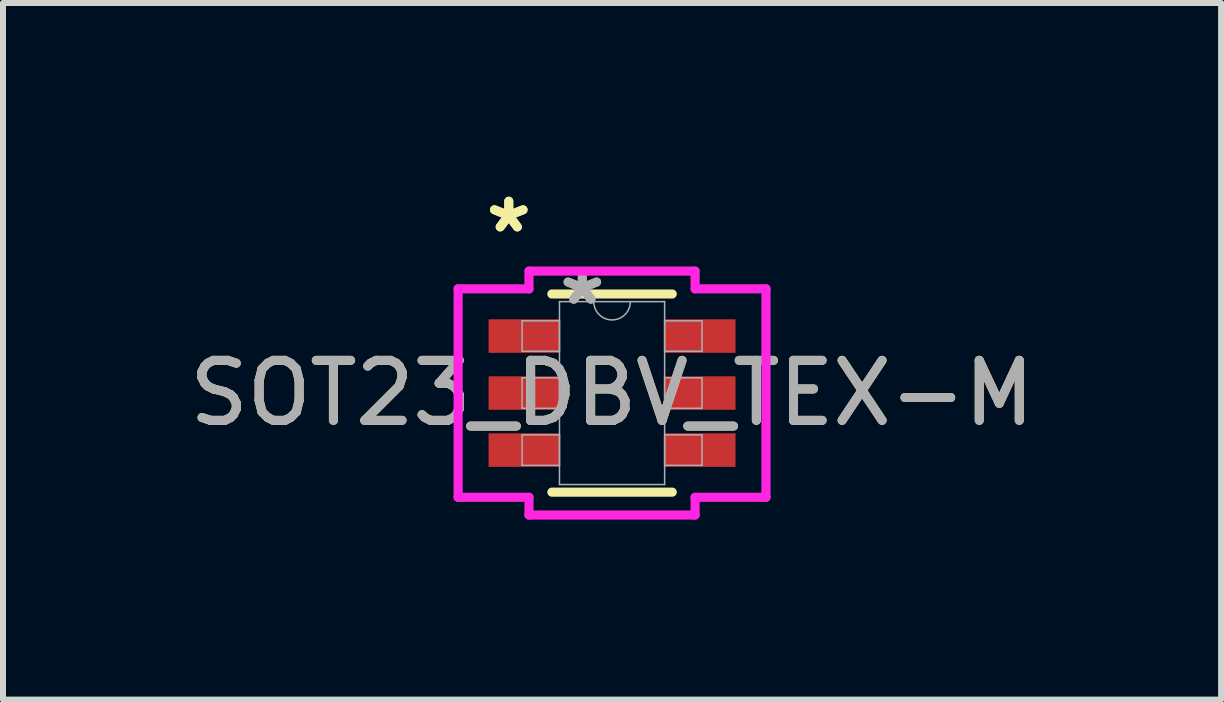
<source format=kicad_pcb>
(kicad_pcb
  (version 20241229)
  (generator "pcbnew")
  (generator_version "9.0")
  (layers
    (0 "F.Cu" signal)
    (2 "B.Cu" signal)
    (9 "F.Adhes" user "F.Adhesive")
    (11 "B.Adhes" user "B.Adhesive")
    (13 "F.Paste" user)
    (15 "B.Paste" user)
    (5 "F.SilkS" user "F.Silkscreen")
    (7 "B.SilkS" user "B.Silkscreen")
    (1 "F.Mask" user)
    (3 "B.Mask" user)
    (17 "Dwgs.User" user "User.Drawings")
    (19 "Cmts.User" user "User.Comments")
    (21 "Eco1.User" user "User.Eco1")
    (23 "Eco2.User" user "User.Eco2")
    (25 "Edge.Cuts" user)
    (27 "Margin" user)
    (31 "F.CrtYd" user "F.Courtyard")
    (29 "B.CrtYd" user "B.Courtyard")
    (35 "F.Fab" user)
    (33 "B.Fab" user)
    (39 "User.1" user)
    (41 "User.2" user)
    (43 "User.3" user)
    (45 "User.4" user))
  (footprint "SOT23_DBV_TEX-M"
    (layer "F.Cu")
    (at 7.149 3.5)
    (property "Reference" "SOT23_DBV_TEX-M" (at 0 0 0) (unlocked yes) (layer "F.SilkS") (effects (font (size 1 1) (thickness 0.15))))
    (attr smd)
    (fp_line (start -1.003 1.651) (end 1.003 1.651) (stroke (width 0.152) (type solid)) (layer "F.SilkS"))
    (fp_line (start 1.003 -1.651) (end -1.003 -1.651) (stroke (width 0.152) (type solid)) (layer "F.SilkS"))
    (fp_line (start -2.565 -1.737) (end -1.384 -1.737) (stroke (width 0.152) (type solid)) (layer "F.CrtYd"))
    (fp_line (start -2.565 1.737) (end -2.565 -1.737) (stroke (width 0.152) (type solid)) (layer "F.CrtYd"))
    (fp_line (start -2.565 1.737) (end -1.384 1.737) (stroke (width 0.152) (type solid)) (layer "F.CrtYd"))
    (fp_line (start -1.384 -2.032) (end 1.384 -2.032) (stroke (width 0.152) (type solid)) (layer "F.CrtYd"))
    (fp_line (start -1.384 -1.737) (end -1.384 -2.032) (stroke (width 0.152) (type solid)) (layer "F.CrtYd"))
    (fp_line (start -1.384 2.032) (end -1.384 1.737) (stroke (width 0.152) (type solid)) (layer "F.CrtYd"))
    (fp_line (start 1.384 -2.032) (end 1.384 -1.737) (stroke (width 0.152) (type solid)) (layer "F.CrtYd"))
    (fp_line (start 1.384 1.737) (end 1.384 2.032) (stroke (width 0.152) (type solid)) (layer "F.CrtYd"))
    (fp_line (start 1.384 2.032) (end -1.384 2.032) (stroke (width 0.152) (type solid)) (layer "F.CrtYd"))
    (fp_line (start 2.565 -1.737) (end 1.384 -1.737) (stroke (width 0.152) (type solid)) (layer "F.CrtYd"))
    (fp_line (start 2.565 -1.737) (end 2.565 1.737) (stroke (width 0.152) (type solid)) (layer "F.CrtYd"))
    (fp_line (start 2.565 1.737) (end 1.384 1.737) (stroke (width 0.152) (type solid)) (layer "F.CrtYd"))
    (fp_line (start -1.499 -1.204) (end -1.499 -0.696) (stroke (width 0.025) (type solid)) (layer "F.Fab"))
    (fp_line (start -1.499 -0.696) (end -0.876 -0.696) (stroke (width 0.025) (type solid)) (layer "F.Fab"))
    (fp_line (start -1.499 -0.254) (end -1.499 0.254) (stroke (width 0.025) (type solid)) (layer "F.Fab"))
    (fp_line (start -1.499 0.254) (end -0.876 0.254) (stroke (width 0.025) (type solid)) (layer "F.Fab"))
    (fp_line (start -1.499 0.696) (end -1.499 1.204) (stroke (width 0.025) (type solid)) (layer "F.Fab"))
    (fp_line (start -1.499 1.204) (end -0.876 1.204) (stroke (width 0.025) (type solid)) (layer "F.Fab"))
    (fp_line (start -0.876 -1.524) (end -0.876 1.524) (stroke (width 0.025) (type solid)) (layer "F.Fab"))
    (fp_line (start -0.876 -1.204) (end -1.499 -1.204) (stroke (width 0.025) (type solid)) (layer "F.Fab"))
    (fp_line (start -0.876 -0.696) (end -0.876 -1.204) (stroke (width 0.025) (type solid)) (layer "F.Fab"))
    (fp_line (start -0.876 -0.254) (end -1.499 -0.254) (stroke (width 0.025) (type solid)) (layer "F.Fab"))
    (fp_line (start -0.876 0.254) (end -0.876 -0.254) (stroke (width 0.025) (type solid)) (layer "F.Fab"))
    (fp_line (start -0.876 0.696) (end -1.499 0.696) (stroke (width 0.025) (type solid)) (layer "F.Fab"))
    (fp_line (start -0.876 1.204) (end -0.876 0.696) (stroke (width 0.025) (type solid)) (layer "F.Fab"))
    (fp_line (start -0.876 1.524) (end 0.876 1.524) (stroke (width 0.025) (type solid)) (layer "F.Fab"))
    (fp_line (start 0.876 -1.524) (end -0.876 -1.524) (stroke (width 0.025) (type solid)) (layer "F.Fab"))
    (fp_line (start 0.876 -1.204) (end 0.876 -0.696) (stroke (width 0.025) (type solid)) (layer "F.Fab"))
    (fp_line (start 0.876 -0.696) (end 1.499 -0.696) (stroke (width 0.025) (type solid)) (layer "F.Fab"))
    (fp_line (start 0.876 -0.254) (end 0.876 0.254) (stroke (width 0.025) (type solid)) (layer "F.Fab"))
    (fp_line (start 0.876 0.254) (end 1.499 0.254) (stroke (width 0.025) (type solid)) (layer "F.Fab"))
    (fp_line (start 0.876 0.696) (end 0.876 1.204) (stroke (width 0.025) (type solid)) (layer "F.Fab"))
    (fp_line (start 0.876 1.204) (end 1.499 1.204) (stroke (width 0.025) (type solid)) (layer "F.Fab"))
    (fp_line (start 0.876 1.524) (end 0.876 -1.524) (stroke (width 0.025) (type solid)) (layer "F.Fab"))
    (fp_line (start 1.499 -1.204) (end 0.876 -1.204) (stroke (width 0.025) (type solid)) (layer "F.Fab"))
    (fp_line (start 1.499 -0.696) (end 1.499 -1.204) (stroke (width 0.025) (type solid)) (layer "F.Fab"))
    (fp_line (start 1.499 -0.254) (end 0.876 -0.254) (stroke (width 0.025) (type solid)) (layer "F.Fab"))
    (fp_line (start 1.499 0.254) (end 1.499 -0.254) (stroke (width 0.025) (type solid)) (layer "F.Fab"))
    (fp_line (start 1.499 0.696) (end 0.876 0.696) (stroke (width 0.025) (type solid)) (layer "F.Fab"))
    (fp_line (start 1.499 1.204) (end 1.499 0.696) (stroke (width 0.025) (type solid)) (layer "F.Fab"))
    (fp_arc (start 0.3048 -1.524) (mid 0 -1.2192) (end -0.3048 -1.524) (stroke (width 0.0254) (type solid)) (layer "F.Fab"))
    (fp_text user "*" (at -1.721 -2.652 0) (layer "F.SilkS") (effects (font (size 1 1) (thickness 0.15))))
    (fp_text user "*" (at -1.721 -2.652 0) (unlocked yes) (layer "F.SilkS") (effects (font (size 1 1) (thickness 0.15))))
    (fp_text user "*" (at -0.495 -1.448 0) (unlocked yes) (layer "F.Fab") (effects (font (size 1 1) (thickness 0.15))))
    (fp_text user "*" (at -0.495 -1.448 0) (layer "F.Fab") (effects (font (size 1 1) (thickness 0.15))))
    (fp_text user "${REFERENCE}" (at 0 0 0) (unlocked yes) (layer "F.Fab") (effects (font (size 1 1) (thickness 0.15))))
    (pad "1" smd rect (at -1.467 -0.95) (size 1.181 0.559) (layers "F.Cu" "F.Mask" "F.Paste"))
    (pad "2" smd rect (at -1.467 0) (size 1.181 0.559) (layers "F.Cu" "F.Mask" "F.Paste"))
    (pad "3" smd rect (at -1.467 0.95) (size 1.181 0.559) (layers "F.Cu" "F.Mask" "F.Paste"))
    (pad "4" smd rect (at 1.467 0.95) (size 1.181 0.559) (layers "F.Cu" "F.Mask" "F.Paste"))
    (pad "5" smd rect (at 1.467 0) (size 1.181 0.559) (layers "F.Cu" "F.Mask" "F.Paste"))
    (pad "6" smd rect (at 1.467 -0.95) (size 1.181 0.559) (layers "F.Cu" "F.Mask" "F.Paste")))
  (gr_rect
    (start -3 -3)
    (end 17.298 8.608)
    (stroke (width 0.1) (type default))
    (fill no)
    (layer "Edge.Cuts")))
</source>
